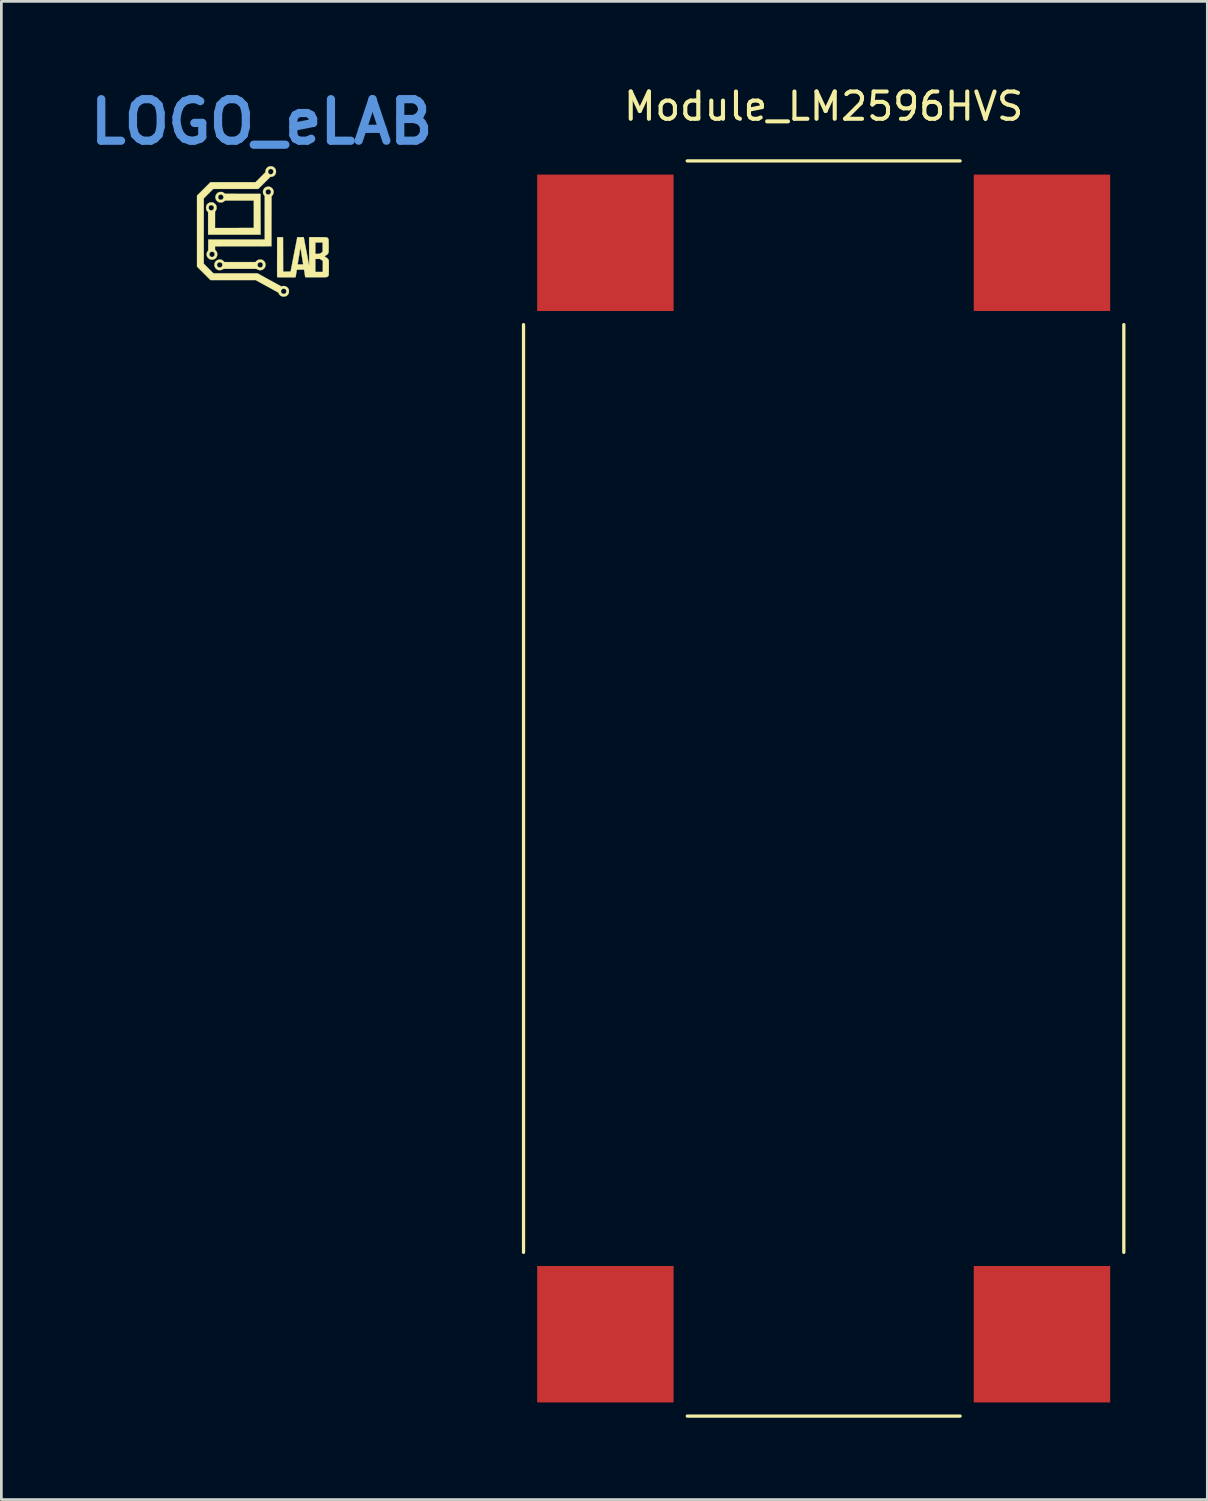
<source format=kicad_pcb>
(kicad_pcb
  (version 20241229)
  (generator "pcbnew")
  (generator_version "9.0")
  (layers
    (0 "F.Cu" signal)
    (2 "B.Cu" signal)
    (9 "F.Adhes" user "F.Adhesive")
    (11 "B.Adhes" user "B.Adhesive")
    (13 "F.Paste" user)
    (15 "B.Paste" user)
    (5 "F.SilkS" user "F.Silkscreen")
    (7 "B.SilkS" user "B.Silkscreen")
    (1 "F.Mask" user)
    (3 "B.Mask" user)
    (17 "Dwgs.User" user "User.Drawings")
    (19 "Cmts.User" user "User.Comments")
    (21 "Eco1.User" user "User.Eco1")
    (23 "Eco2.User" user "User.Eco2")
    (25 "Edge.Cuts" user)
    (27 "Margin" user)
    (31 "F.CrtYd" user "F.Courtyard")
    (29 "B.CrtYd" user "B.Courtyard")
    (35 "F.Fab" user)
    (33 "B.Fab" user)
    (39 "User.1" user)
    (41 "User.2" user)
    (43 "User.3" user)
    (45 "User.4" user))
  (footprint "LOGO_eLAB"
    (layer "F.Cu")
    (at 6.539 5.418)
    (property "Reference" "LOGO_eLAB" (at 0 -4 0) (layer "Cmts.User") (effects (font (size 1.524 1.524) (thickness 0.3))))
    (attr through_hole)
    (fp_poly (pts (xy -0.026 1.045) (xy -0.005 1.048) (xy 0.014 1.054) (xy 0.034 1.063) (xy 0.074 1.09) (xy 0.105 1.123) (xy 0.126 1.161) (xy 0.138 1.202) (xy 0.142 1.244) (xy 0.136 1.286) (xy 0.122 1.326) (xy 0.099 1.362) (xy 0.068 1.392) (xy 0.028 1.416) (xy 0.01 1.422) (xy -0.031 1.432) (xy -0.068 1.434) (xy -0.105 1.426) (xy -0.147 1.408) (xy -0.148 1.408) (xy -0.194 1.384) (xy -1.394 1.384) (xy -1.44 1.408) (xy -1.488 1.427) (xy -1.535 1.434) (xy -1.579 1.43) (xy -1.591 1.427) (xy -1.621 1.415) (xy -1.645 1.401) (xy -1.668 1.382) (xy -1.672 1.379) (xy -1.703 1.341) (xy -1.723 1.299) (xy -1.732 1.253) (xy -1.73 1.225) (xy -1.637 1.225) (xy -1.637 1.256) (xy -1.627 1.284) (xy -1.609 1.309) (xy -1.585 1.327) (xy -1.557 1.337) (xy -1.525 1.339) (xy -1.496 1.331) (xy -1.47 1.314) (xy -1.451 1.289) (xy -1.439 1.259) (xy -1.437 1.235) (xy -0.153 1.235) (xy -0.149 1.265) (xy -0.137 1.294) (xy -0.115 1.317) (xy -0.101 1.326) (xy -0.07 1.337) (xy -0.041 1.338) (xy -0.009 1.328) (xy -0.009 1.328) (xy 0.017 1.31) (xy 0.035 1.285) (xy 0.045 1.256) (xy 0.047 1.225) (xy 0.039 1.196) (xy 0.023 1.17) (xy 0.005 1.155) (xy -0.021 1.146) (xy -0.052 1.143) (xy -0.083 1.147) (xy -0.106 1.156) (xy -0.131 1.177) (xy -0.147 1.205) (xy -0.153 1.235) (xy -1.437 1.235) (xy -1.437 1.227) (xy -1.445 1.197) (xy -1.446 1.194) (xy -1.467 1.166) (xy -1.495 1.15) (xy -1.53 1.143) (xy -1.537 1.143) (xy -1.573 1.148) (xy -1.602 1.163) (xy -1.623 1.188) (xy -1.627 1.194) (xy -1.637 1.225) (xy -1.73 1.225) (xy -1.729 1.206) (xy -1.72 1.175) (xy -1.697 1.129) (xy -1.665 1.093) (xy -1.625 1.066) (xy -1.579 1.05) (xy -1.531 1.045) (xy -1.504 1.045) (xy -1.484 1.048) (xy -1.467 1.054) (xy -1.449 1.063) (xy -1.425 1.079) (xy -1.401 1.099) (xy -1.391 1.109) (xy -1.367 1.137) (xy -0.225 1.137) (xy -0.198 1.108) (xy -0.177 1.089) (xy -0.152 1.07) (xy -0.138 1.062) (xy -0.118 1.053) (xy -0.099 1.048) (xy -0.076 1.045) (xy -0.054 1.045) (xy -0.026 1.045)) (stroke (width 0.01) (type solid)) (fill yes) (layer "F.SilkS"))
    (fp_poly (pts (xy 0.296 -1.622) (xy 0.338 -1.604) (xy 0.375 -1.576) (xy 0.407 -1.538) (xy 0.424 -1.507) (xy 0.432 -1.486) (xy 0.437 -1.468) (xy 0.438 -1.448) (xy 0.437 -1.423) (xy 0.429 -1.375) (xy 0.411 -1.333) (xy 0.382 -1.296) (xy 0.38 -1.293) (xy 0.362 -1.275) (xy 0.36 -0.36) (xy 0.359 0.556) (xy -0.675 0.557) (xy -1.708 0.559) (xy -1.708 0.688) (xy -1.677 0.72) (xy -1.65 0.755) (xy -1.634 0.793) (xy -1.627 0.835) (xy -1.627 0.866) (xy -1.635 0.915) (xy -1.654 0.959) (xy -1.684 0.995) (xy -1.725 1.025) (xy -1.734 1.03) (xy -1.758 1.038) (xy -1.79 1.044) (xy -1.825 1.047) (xy -1.857 1.046) (xy -1.882 1.04) (xy -1.883 1.04) (xy -1.917 1.022) (xy -1.95 0.997) (xy -1.979 0.966) (xy -1.999 0.934) (xy -2.001 0.927) (xy -2.014 0.878) (xy -2.014 0.851) (xy -1.918 0.851) (xy -1.912 0.886) (xy -1.897 0.915) (xy -1.875 0.937) (xy -1.847 0.95) (xy -1.815 0.953) (xy -1.782 0.946) (xy -1.772 0.941) (xy -1.745 0.92) (xy -1.728 0.894) (xy -1.721 0.859) (xy -1.721 0.85) (xy -1.721 0.829) (xy -1.725 0.814) (xy -1.733 0.801) (xy -1.748 0.784) (xy -1.748 0.784) (xy -1.764 0.769) (xy -1.776 0.76) (xy -1.79 0.756) (xy -1.81 0.756) (xy -1.813 0.756) (xy -1.851 0.761) (xy -1.881 0.775) (xy -1.903 0.798) (xy -1.915 0.828) (xy -1.918 0.851) (xy -2.014 0.851) (xy -2.015 0.83) (xy -2.002 0.784) (xy -1.981 0.744) (xy -1.956 0.706) (xy -1.956 0.311) (xy 0.114 0.311) (xy 0.114 -1.284) (xy 0.092 -1.311) (xy 0.067 -1.351) (xy 0.052 -1.396) (xy 0.049 -1.431) (xy 0.146 -1.431) (xy 0.147 -1.407) (xy 0.151 -1.391) (xy 0.158 -1.377) (xy 0.163 -1.371) (xy 0.191 -1.348) (xy 0.222 -1.336) (xy 0.257 -1.335) (xy 0.284 -1.343) (xy 0.312 -1.361) (xy 0.332 -1.386) (xy 0.342 -1.415) (xy 0.343 -1.446) (xy 0.333 -1.477) (xy 0.314 -1.505) (xy 0.305 -1.513) (xy 0.291 -1.523) (xy 0.276 -1.529) (xy 0.255 -1.53) (xy 0.247 -1.53) (xy 0.208 -1.526) (xy 0.18 -1.514) (xy 0.16 -1.493) (xy 0.149 -1.463) (xy 0.146 -1.431) (xy 0.049 -1.431) (xy 0.048 -1.442) (xy 0.056 -1.488) (xy 0.065 -1.512) (xy 0.084 -1.548) (xy 0.107 -1.575) (xy 0.137 -1.597) (xy 0.157 -1.608) (xy 0.204 -1.624) (xy 0.251 -1.629) (xy 0.296 -1.622)) (stroke (width 0.01) (type solid)) (fill yes) (layer "F.SilkS"))
    (fp_poly (pts (xy -1.457 -1.431) (xy -1.411 -1.416) (xy -1.369 -1.389) (xy -1.367 -1.387) (xy -1.341 -1.365) (xy -0.041 -1.362) (xy -0.04 -0.614) (xy -0.038 0.133) (xy -1.962 0.133) (xy -1.962 -0.696) (xy -1.983 -0.717) (xy -2.011 -0.751) (xy -2.029 -0.792) (xy -2.037 -0.84) (xy -2.037 -0.845) (xy -2.037 -0.852) (xy -1.943 -0.852) (xy -1.937 -0.818) (xy -1.922 -0.791) (xy -1.899 -0.77) (xy -1.87 -0.758) (xy -1.838 -0.755) (xy -1.805 -0.764) (xy -1.799 -0.766) (xy -1.773 -0.785) (xy -1.756 -0.812) (xy -1.748 -0.848) (xy -1.748 -0.85) (xy -1.751 -0.886) (xy -1.764 -0.916) (xy -1.787 -0.937) (xy -1.818 -0.949) (xy -1.847 -0.952) (xy -1.872 -0.951) (xy -1.892 -0.944) (xy -1.905 -0.935) (xy -1.926 -0.916) (xy -1.938 -0.892) (xy -1.943 -0.862) (xy -1.943 -0.852) (xy -2.037 -0.852) (xy -2.034 -0.896) (xy -2.02 -0.942) (xy -1.995 -0.982) (xy -1.958 -1.015) (xy -1.928 -1.034) (xy -1.908 -1.043) (xy -1.889 -1.048) (xy -1.866 -1.05) (xy -1.845 -1.05) (xy -1.816 -1.05) (xy -1.795 -1.047) (xy -1.776 -1.04) (xy -1.761 -1.033) (xy -1.72 -1.006) (xy -1.687 -0.971) (xy -1.672 -0.948) (xy -1.662 -0.927) (xy -1.656 -0.905) (xy -1.653 -0.876) (xy -1.652 -0.87) (xy -1.652 -0.832) (xy -1.657 -0.801) (xy -1.668 -0.773) (xy -1.686 -0.742) (xy -1.708 -0.71) (xy -1.708 -0.411) (xy -1.709 -0.111) (xy -1.658 -0.111) (xy -1.644 -0.111) (xy -1.619 -0.111) (xy -1.583 -0.111) (xy -1.537 -0.112) (xy -1.482 -0.112) (xy -1.419 -0.112) (xy -1.349 -0.112) (xy -1.272 -0.112) (xy -1.191 -0.112) (xy -1.105 -0.113) (xy -1.015 -0.113) (xy -0.946 -0.113) (xy -0.286 -0.114) (xy -0.286 -1.118) (xy -1.341 -1.118) (xy -1.364 -1.098) (xy -1.403 -1.07) (xy -1.446 -1.054) (xy -1.494 -1.048) (xy -1.5 -1.048) (xy -1.527 -1.049) (xy -1.548 -1.052) (xy -1.568 -1.058) (xy -1.588 -1.068) (xy -1.628 -1.096) (xy -1.659 -1.13) (xy -1.681 -1.171) (xy -1.693 -1.215) (xy -1.693 -1.238) (xy -1.596 -1.238) (xy -1.591 -1.206) (xy -1.583 -1.186) (xy -1.564 -1.164) (xy -1.537 -1.15) (xy -1.505 -1.143) (xy -1.473 -1.146) (xy -1.448 -1.155) (xy -1.422 -1.175) (xy -1.406 -1.2) (xy -1.399 -1.228) (xy -1.4 -1.257) (xy -1.409 -1.285) (xy -1.425 -1.31) (xy -1.448 -1.328) (xy -1.477 -1.338) (xy -1.494 -1.34) (xy -1.527 -1.335) (xy -1.556 -1.322) (xy -1.578 -1.303) (xy -1.582 -1.297) (xy -1.592 -1.27) (xy -1.596 -1.238) (xy -1.693 -1.238) (xy -1.693 -1.26) (xy -1.683 -1.306) (xy -1.674 -1.326) (xy -1.646 -1.368) (xy -1.611 -1.4) (xy -1.569 -1.422) (xy -1.52 -1.433) (xy -1.508 -1.434) (xy -1.457 -1.431)) (stroke (width 0.01) (type solid)) (fill yes) (layer "F.SilkS"))
    (fp_poly (pts (xy 0.376 -2.37) (xy 0.404 -2.364) (xy 0.413 -2.36) (xy 0.457 -2.33) (xy 0.491 -2.294) (xy 0.514 -2.253) (xy 0.526 -2.207) (xy 0.527 -2.184) (xy 0.522 -2.133) (xy 0.506 -2.088) (xy 0.48 -2.049) (xy 0.475 -2.045) (xy 0.442 -2.017) (xy 0.404 -1.998) (xy 0.365 -1.988) (xy 0.352 -1.988) (xy 0.321 -1.988) (xy 0.098 -1.765) (xy -0.124 -1.543) (xy -1.774 -1.543) (xy -1.948 -1.37) (xy -2.121 -1.197) (xy -2.121 -0.000112) (xy -2.121 1.197) (xy -1.945 1.373) (xy -1.768 1.549) (xy -0.154 1.549) (xy -0.009 1.629) (xy 0.041 1.657) (xy 0.097 1.687) (xy 0.155 1.719) (xy 0.21 1.75) (xy 0.26 1.777) (xy 0.273 1.784) (xy 0.319 1.809) (xy 0.372 1.838) (xy 0.429 1.869) (xy 0.486 1.901) (xy 0.54 1.93) (xy 0.567 1.945) (xy 0.724 2.031) (xy 0.748 2.022) (xy 0.782 2.015) (xy 0.821 2.014) (xy 0.859 2.02) (xy 0.876 2.025) (xy 0.918 2.047) (xy 0.953 2.078) (xy 0.978 2.112) (xy 0.989 2.131) (xy 0.995 2.146) (xy 0.999 2.162) (xy 1 2.182) (xy 1 2.206) (xy 0.998 2.25) (xy 0.989 2.285) (xy 0.974 2.315) (xy 0.95 2.344) (xy 0.948 2.346) (xy 0.915 2.374) (xy 0.877 2.391) (xy 0.832 2.399) (xy 0.809 2.4) (xy 0.78 2.4) (xy 0.759 2.397) (xy 0.74 2.391) (xy 0.72 2.381) (xy 0.691 2.366) (xy 0.67 2.349) (xy 0.653 2.328) (xy 0.636 2.299) (xy 0.633 2.292) (xy 0.624 2.276) (xy 0.616 2.263) (xy 0.606 2.253) (xy 0.591 2.242) (xy 0.57 2.23) (xy 0.543 2.215) (xy 0.537 2.212) (xy 0.708 2.212) (xy 0.714 2.243) (xy 0.729 2.271) (xy 0.751 2.293) (xy 0.751 2.293) (xy 0.774 2.302) (xy 0.803 2.305) (xy 0.833 2.303) (xy 0.859 2.295) (xy 0.873 2.286) (xy 0.896 2.257) (xy 0.907 2.224) (xy 0.906 2.189) (xy 0.895 2.158) (xy 0.877 2.135) (xy 0.85 2.118) (xy 0.82 2.109) (xy 0.81 2.108) (xy 0.782 2.113) (xy 0.754 2.126) (xy 0.731 2.144) (xy 0.724 2.152) (xy 0.711 2.18) (xy 0.708 2.212) (xy 0.537 2.212) (xy 0.406 2.14) (xy 0.274 2.067) (xy 0.147 1.998) (xy 0.029 1.933) (xy -0.081 1.873) (xy -0.108 1.858) (xy -0.219 1.797) (xy -1.873 1.797) (xy -2.369 1.303) (xy -2.369 0.002) (xy -2.369 -1.299) (xy -2.123 -1.545) (xy -1.876 -1.791) (xy -1.051 -1.791) (xy -0.225 -1.791) (xy 0.139 -2.156) (xy 0.139 -2.178) (xy 0.235 -2.178) (xy 0.24 -2.142) (xy 0.256 -2.114) (xy 0.281 -2.093) (xy 0.286 -2.09) (xy 0.318 -2.08) (xy 0.35 -2.079) (xy 0.378 -2.088) (xy 0.386 -2.094) (xy 0.411 -2.118) (xy 0.425 -2.146) (xy 0.43 -2.173) (xy 0.428 -2.209) (xy 0.415 -2.238) (xy 0.392 -2.26) (xy 0.384 -2.265) (xy 0.351 -2.277) (xy 0.319 -2.278) (xy 0.289 -2.269) (xy 0.264 -2.251) (xy 0.245 -2.225) (xy 0.236 -2.192) (xy 0.235 -2.178) (xy 0.139 -2.178) (xy 0.139 -2.189) (xy 0.145 -2.233) (xy 0.163 -2.275) (xy 0.191 -2.312) (xy 0.227 -2.344) (xy 0.249 -2.357) (xy 0.274 -2.366) (xy 0.307 -2.371) (xy 0.342 -2.373) (xy 0.376 -2.37)) (stroke (width 0.01) (type solid)) (fill yes) (layer "F.SilkS"))
    (fp_poly (pts (xy 1.549 0.255) (xy 1.553 0.281) (xy 1.559 0.311) (xy 1.562 0.33) (xy 1.566 0.35) (xy 1.571 0.38) (xy 1.578 0.416) (xy 1.585 0.455) (xy 1.591 0.483) (xy 1.598 0.523) (xy 1.608 0.572) (xy 1.618 0.626) (xy 1.629 0.681) (xy 1.639 0.734) (xy 1.641 0.746) (xy 1.658 0.831) (xy 1.672 0.905) (xy 1.684 0.968) (xy 1.694 1.021) (xy 1.702 1.066) (xy 1.71 1.104) (xy 1.715 1.134) (xy 1.72 1.16) (xy 1.724 1.18) (xy 1.727 1.197) (xy 1.73 1.211) (xy 1.731 1.216) (xy 1.735 1.239) (xy 1.739 1.257) (xy 1.741 1.267) (xy 1.742 1.268) (xy 1.742 1.262) (xy 1.742 1.244) (xy 1.742 1.215) (xy 1.742 1.177) (xy 1.742 1.129) (xy 1.742 1.074) (xy 1.742 1.022) (xy 1.968 1.022) (xy 1.968 1.499) (xy 2.242 1.499) (xy 2.242 1.092) (xy 2.188 1.057) (xy 2.135 1.022) (xy 1.968 1.022) (xy 1.742 1.022) (xy 1.742 1.011) (xy 1.742 0.943) (xy 1.742 0.869) (xy 1.741 0.791) (xy 1.741 0.749) (xy 1.74 0.419) (xy 1.968 0.419) (xy 1.968 0.839) (xy 2.051 0.836) (xy 2.083 0.834) (xy 2.11 0.832) (xy 2.131 0.83) (xy 2.141 0.828) (xy 2.142 0.828) (xy 2.15 0.822) (xy 2.166 0.811) (xy 2.186 0.797) (xy 2.192 0.792) (xy 2.235 0.761) (xy 2.235 0.419) (xy 1.968 0.419) (xy 1.74 0.419) (xy 1.739 0.229) (xy 1.754 0.225) (xy 1.764 0.224) (xy 1.784 0.224) (xy 1.815 0.223) (xy 1.855 0.223) (xy 1.902 0.223) (xy 1.955 0.223) (xy 2.013 0.223) (xy 2.074 0.223) (xy 2.145 0.224) (xy 2.204 0.224) (xy 2.253 0.225) (xy 2.293 0.226) (xy 2.324 0.227) (xy 2.348 0.228) (xy 2.366 0.229) (xy 2.379 0.231) (xy 2.388 0.233) (xy 2.395 0.235) (xy 2.397 0.236) (xy 2.427 0.259) (xy 2.447 0.289) (xy 2.45 0.298) (xy 2.452 0.31) (xy 2.454 0.333) (xy 2.455 0.365) (xy 2.456 0.404) (xy 2.457 0.449) (xy 2.457 0.497) (xy 2.458 0.546) (xy 2.457 0.596) (xy 2.457 0.644) (xy 2.456 0.688) (xy 2.455 0.726) (xy 2.454 0.757) (xy 2.452 0.779) (xy 2.451 0.788) (xy 2.44 0.815) (xy 2.424 0.839) (xy 2.399 0.862) (xy 2.363 0.887) (xy 2.362 0.888) (xy 2.339 0.902) (xy 2.321 0.915) (xy 2.309 0.923) (xy 2.307 0.926) (xy 2.311 0.931) (xy 2.324 0.941) (xy 2.344 0.954) (xy 2.357 0.962) (xy 2.401 0.993) (xy 2.433 1.024) (xy 2.453 1.054) (xy 2.458 1.067) (xy 2.46 1.079) (xy 2.461 1.105) (xy 2.462 1.141) (xy 2.463 1.19) (xy 2.463 1.249) (xy 2.463 1.318) (xy 2.463 1.357) (xy 2.462 1.422) (xy 2.462 1.476) (xy 2.461 1.52) (xy 2.46 1.554) (xy 2.46 1.581) (xy 2.458 1.601) (xy 2.457 1.615) (xy 2.455 1.626) (xy 2.453 1.633) (xy 2.45 1.638) (xy 2.448 1.642) (xy 2.427 1.664) (xy 2.404 1.679) (xy 2.373 1.688) (xy 2.362 1.689) (xy 2.347 1.691) (xy 2.32 1.692) (xy 2.282 1.693) (xy 2.234 1.694) (xy 2.177 1.694) (xy 2.112 1.694) (xy 2.04 1.694) (xy 1.963 1.694) (xy 1.959 1.694) (xy 1.597 1.692) (xy 1.583 1.598) (xy 1.578 1.56) (xy 1.572 1.523) (xy 1.567 1.49) (xy 1.563 1.465) (xy 1.562 1.46) (xy 1.555 1.416) (xy 1.423 1.416) (xy 1.378 1.416) (xy 1.345 1.416) (xy 1.322 1.417) (xy 1.306 1.418) (xy 1.296 1.42) (xy 1.291 1.422) (xy 1.288 1.426) (xy 1.287 1.43) (xy 1.285 1.441) (xy 1.281 1.462) (xy 1.277 1.491) (xy 1.271 1.525) (xy 1.267 1.556) (xy 1.261 1.593) (xy 1.256 1.626) (xy 1.251 1.654) (xy 1.247 1.673) (xy 1.244 1.681) (xy 1.239 1.695) (xy 0.905 1.695) (xy 0.828 1.695) (xy 0.763 1.695) (xy 0.709 1.695) (xy 0.665 1.694) (xy 0.63 1.694) (xy 0.604 1.693) (xy 0.586 1.691) (xy 0.574 1.69) (xy 0.569 1.688) (xy 0.568 1.688) (xy 0.568 1.68) (xy 0.567 1.661) (xy 0.567 1.631) (xy 0.567 1.59) (xy 0.567 1.54) (xy 0.566 1.482) (xy 0.566 1.415) (xy 0.566 1.341) (xy 0.566 1.262) (xy 0.566 1.176) (xy 0.566 1.086) (xy 0.567 0.993) (xy 0.567 0.953) (xy 0.568 0.225) (xy 0.784 0.225) (xy 0.786 0.857) (xy 0.787 1.489) (xy 0.919 1.487) (xy 0.959 1.487) (xy 0.995 1.486) (xy 1.024 1.485) (xy 1.046 1.484) (xy 1.057 1.483) (xy 1.058 1.483) (xy 1.063 1.476) (xy 1.068 1.46) (xy 1.069 1.45) (xy 1.072 1.434) (xy 1.077 1.408) (xy 1.083 1.375) (xy 1.09 1.337) (xy 1.098 1.297) (xy 1.099 1.292) (xy 1.108 1.246) (xy 1.114 1.215) (xy 1.321 1.215) (xy 1.322 1.219) (xy 1.328 1.222) (xy 1.34 1.223) (xy 1.359 1.224) (xy 1.388 1.224) (xy 1.423 1.224) (xy 1.461 1.223) (xy 1.488 1.222) (xy 1.506 1.221) (xy 1.516 1.22) (xy 1.521 1.217) (xy 1.522 1.213) (xy 1.521 1.21) (xy 1.519 1.198) (xy 1.515 1.174) (xy 1.509 1.139) (xy 1.502 1.092) (xy 1.492 1.033) (xy 1.481 0.964) (xy 1.468 0.884) (xy 1.454 0.795) (xy 1.454 0.794) (xy 1.447 0.748) (xy 1.44 0.706) (xy 1.434 0.669) (xy 1.429 0.64) (xy 1.425 0.619) (xy 1.424 0.61) (xy 1.421 0.599) (xy 1.419 0.601) (xy 1.418 0.613) (xy 1.416 0.625) (xy 1.413 0.647) (xy 1.408 0.679) (xy 1.401 0.719) (xy 1.394 0.765) (xy 1.386 0.815) (xy 1.377 0.868) (xy 1.368 0.922) (xy 1.359 0.975) (xy 1.351 1.026) (xy 1.343 1.074) (xy 1.34 1.093) (xy 1.334 1.13) (xy 1.328 1.163) (xy 1.324 1.19) (xy 1.322 1.208) (xy 1.321 1.215) (xy 1.114 1.215) (xy 1.118 1.192) (xy 1.129 1.134) (xy 1.141 1.076) (xy 1.151 1.022) (xy 1.153 1.013) (xy 1.162 0.962) (xy 1.173 0.908) (xy 1.183 0.854) (xy 1.193 0.804) (xy 1.201 0.762) (xy 1.203 0.752) (xy 1.214 0.698) (xy 1.226 0.634) (xy 1.24 0.563) (xy 1.255 0.49) (xy 1.269 0.416) (xy 1.283 0.345) (xy 1.291 0.302) (xy 1.305 0.225) (xy 1.424 0.224) (xy 1.542 0.222) (xy 1.549 0.255)) (stroke (width 0.01) (type solid)) (fill yes) (layer "F.SilkS")))
  (footprint "Module_LM2596HVS"
    (layer "F.Cu")
    (at 27.137 25.848)
    (property "Reference" "Module_LM2596HVS" (at 0 -25 0) (layer "F.SilkS") (effects (font (size 1 1) (thickness 0.15))))
    (attr through_hole)
    (fp_line (start -11 17) (end -11 -17) (stroke (width 0.12) (type solid)) (layer "F.SilkS"))
    (fp_line (start -5 -23) (end 5 -23) (stroke (width 0.12) (type solid)) (layer "F.SilkS"))
    (fp_line (start -5 23) (end 5 23) (stroke (width 0.12) (type solid)) (layer "F.SilkS"))
    (fp_line (start 11 -17) (end 11 17) (stroke (width 0.12) (type solid)) (layer "F.SilkS"))
    (pad "1" smd rect (at 8 20) (size 5 5) (layers "F.Cu" "F.Mask" "F.Paste"))
    (pad "2" smd rect (at -8 20) (size 5 5) (layers "F.Cu" "F.Mask" "F.Paste"))
    (pad "3" smd rect (at 8 -20) (size 5 5) (layers "F.Cu" "F.Mask" "F.Paste"))
    (pad "4" smd rect (at -8 -20) (size 5 5) (layers "F.Cu" "F.Mask" "F.Paste")))
  (gr_rect
    (start -3 -3)
    (end 41.197 51.908)
    (stroke (width 0.1) (type default))
    (fill no)
    (layer "Edge.Cuts")))
</source>
